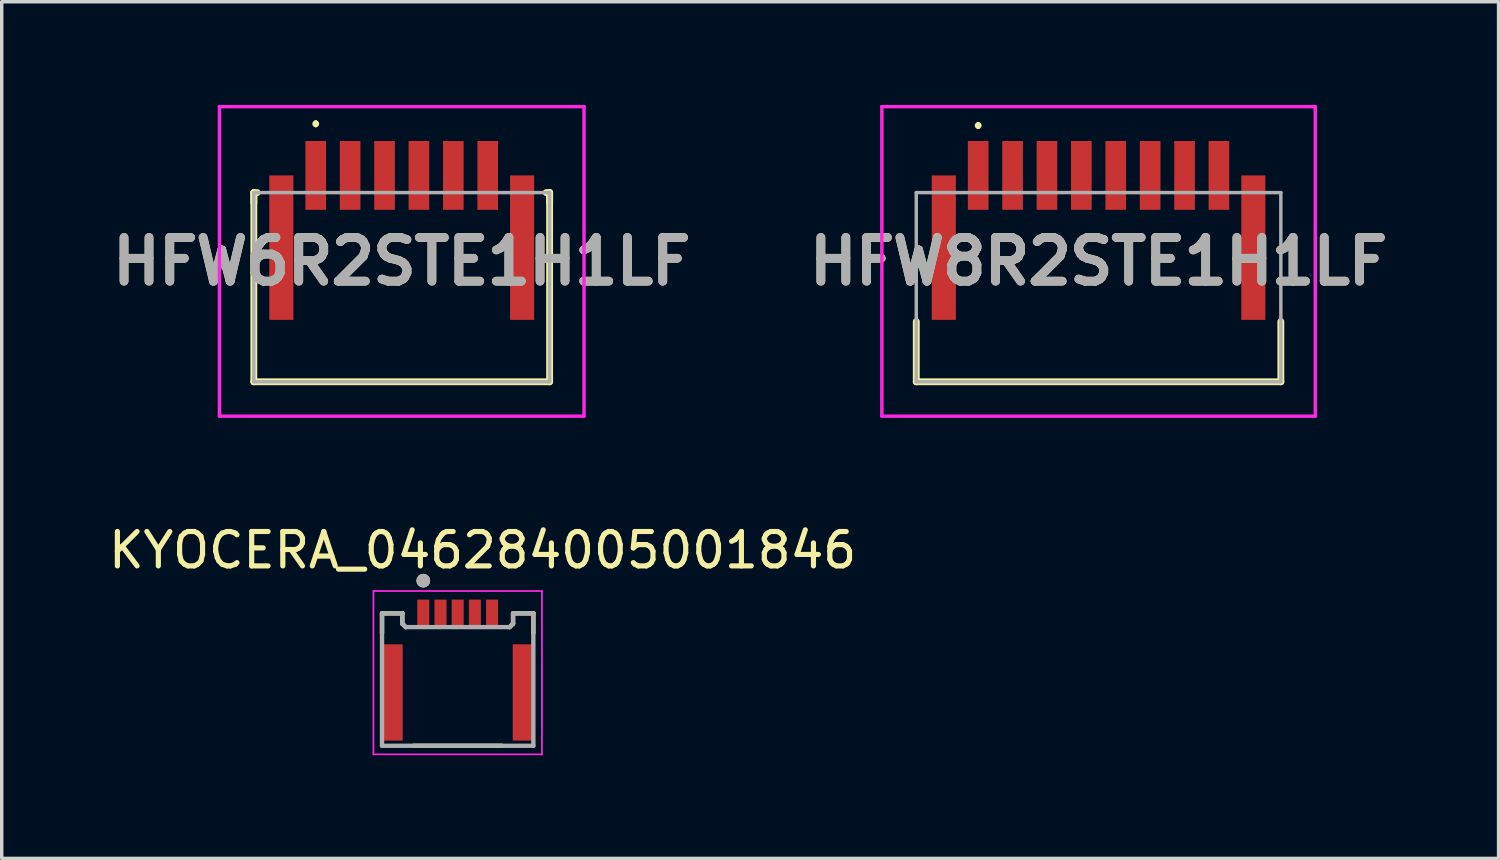
<source format=kicad_pcb>
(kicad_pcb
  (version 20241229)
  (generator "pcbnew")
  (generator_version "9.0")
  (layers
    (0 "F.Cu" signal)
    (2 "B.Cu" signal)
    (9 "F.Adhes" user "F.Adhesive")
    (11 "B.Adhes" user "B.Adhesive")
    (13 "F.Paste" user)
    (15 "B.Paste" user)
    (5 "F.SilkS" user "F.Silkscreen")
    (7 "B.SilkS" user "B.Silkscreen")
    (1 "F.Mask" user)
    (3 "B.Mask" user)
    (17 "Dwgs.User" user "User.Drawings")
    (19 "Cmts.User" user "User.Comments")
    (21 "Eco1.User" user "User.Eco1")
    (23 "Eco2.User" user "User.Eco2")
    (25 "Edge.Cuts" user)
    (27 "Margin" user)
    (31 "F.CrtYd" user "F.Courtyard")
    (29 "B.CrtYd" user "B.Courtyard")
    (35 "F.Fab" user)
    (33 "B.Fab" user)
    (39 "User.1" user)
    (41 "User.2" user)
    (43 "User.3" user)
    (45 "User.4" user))
  (footprint "HFW6R2STE1H1LF"
    (layer "F.Cu")
    (at 8.63 5.3)
    (property "Reference" "HFW6R2STE1H1LF" (at 0 -0.75 0) (layer "F.SilkS") (effects (font (size 1.27 1.27) (thickness 0.254))))
    (attr smd)
    (fp_line (start -4.3 -2.75) (end -4.3 -2.45) (stroke (width 0.2) (type solid)) (layer "F.SilkS"))
    (fp_line (start -4.3 -2.75) (end -4.3 2.75) (stroke (width 0.2) (type solid)) (layer "F.SilkS"))
    (fp_line (start -4.3 2.75) (end 4.3 2.75) (stroke (width 0.2) (type solid)) (layer "F.SilkS"))
    (fp_line (start -4.2 -2.75) (end -4.3 -2.75) (stroke (width 0.2) (type solid)) (layer "F.SilkS"))
    (fp_line (start -2.5 -4.8) (end -2.5 -4.8) (stroke (width 0.1) (type solid)) (layer "F.SilkS"))
    (fp_line (start -2.5 -4.7) (end -2.5 -4.7) (stroke (width 0.1) (type solid)) (layer "F.SilkS"))
    (fp_line (start 4.2 -2.75) (end 4.3 -2.75) (stroke (width 0.2) (type solid)) (layer "F.SilkS"))
    (fp_line (start 4.3 -2.75) (end 4.3 -2.45) (stroke (width 0.2) (type solid)) (layer "F.SilkS"))
    (fp_line (start 4.3 2.75) (end 4.3 -2.75) (stroke (width 0.2) (type solid)) (layer "F.SilkS"))
    (fp_arc (start -2.5 -4.8) (mid -2.45 -4.75) (end -2.5 -4.7) (stroke (width 0.1) (type solid)) (layer "F.SilkS"))
    (fp_arc (start -2.5 -4.7) (mid -2.55 -4.75) (end -2.5 -4.8) (stroke (width 0.1) (type solid)) (layer "F.SilkS"))
    (fp_line (start -5.3 -5.25) (end 5.3 -5.25) (stroke (width 0.1) (type solid)) (layer "F.CrtYd"))
    (fp_line (start -5.3 3.75) (end -5.3 -5.25) (stroke (width 0.1) (type solid)) (layer "F.CrtYd"))
    (fp_line (start 5.3 -5.25) (end 5.3 3.75) (stroke (width 0.1) (type solid)) (layer "F.CrtYd"))
    (fp_line (start 5.3 3.75) (end -5.3 3.75) (stroke (width 0.1) (type solid)) (layer "F.CrtYd"))
    (fp_line (start -4.3 -2.75) (end -4.3 2.75) (stroke (width 0.1) (type solid)) (layer "F.Fab"))
    (fp_line (start -4.3 2.75) (end 4.3 2.75) (stroke (width 0.1) (type solid)) (layer "F.Fab"))
    (fp_line (start 4.3 -2.75) (end -4.3 -2.75) (stroke (width 0.1) (type solid)) (layer "F.Fab"))
    (fp_line (start 4.3 2.75) (end 4.3 -2.75) (stroke (width 0.1) (type solid)) (layer "F.Fab"))
    (fp_text user "${REFERENCE}" (at 0 -0.75 0) (layer "F.Fab") (effects (font (size 1.27 1.27) (thickness 0.254))))
    (pad "1" smd rect (at -2.5 -3.25) (size 0.6 2) (layers "F.Cu" "F.Mask" "F.Paste"))
    (pad "2" smd rect (at -1.5 -3.25) (size 0.6 2) (layers "F.Cu" "F.Mask" "F.Paste"))
    (pad "3" smd rect (at -0.5 -3.25) (size 0.6 2) (layers "F.Cu" "F.Mask" "F.Paste"))
    (pad "4" smd rect (at 0.5 -3.25) (size 0.6 2) (layers "F.Cu" "F.Mask" "F.Paste"))
    (pad "5" smd rect (at 1.5 -3.25) (size 0.6 2) (layers "F.Cu" "F.Mask" "F.Paste"))
    (pad "6" smd rect (at 2.5 -3.25) (size 0.6 2) (layers "F.Cu" "F.Mask" "F.Paste"))
    (pad "7" smd rect (at -3.5 -1.15) (size 0.7 4.2) (layers "F.Cu" "F.Mask" "F.Paste"))
    (pad "7" smd rect (at 3.5 -1.15) (size 0.7 4.2) (layers "F.Cu" "F.Mask" "F.Paste")))
  (footprint "HFW8R2STE1H1LF"
    (layer "F.Cu")
    (at 28.89 5.05)
    (property "Reference" "HFW8R2STE1H1LF" (at 0 -0.5 0) (layer "F.SilkS") (effects (font (size 1.27 1.27) (thickness 0.254))))
    (attr smd)
    (fp_line (start -5.3 1.25) (end -5.3 3) (stroke (width 0.2) (type solid)) (layer "F.SilkS"))
    (fp_line (start -5.3 3) (end 5.3 3) (stroke (width 0.2) (type solid)) (layer "F.SilkS"))
    (fp_line (start -3.5 -4.5) (end -3.5 -4.5) (stroke (width 0.1) (type solid)) (layer "F.SilkS"))
    (fp_line (start -3.5 -4.4) (end -3.5 -4.4) (stroke (width 0.1) (type solid)) (layer "F.SilkS"))
    (fp_line (start 5.3 3) (end 5.3 1.25) (stroke (width 0.2) (type solid)) (layer "F.SilkS"))
    (fp_arc (start -3.5 -4.5) (mid -3.45 -4.45) (end -3.5 -4.4) (stroke (width 0.1) (type solid)) (layer "F.SilkS"))
    (fp_arc (start -3.5 -4.4) (mid -3.55 -4.45) (end -3.5 -4.5) (stroke (width 0.1) (type solid)) (layer "F.SilkS"))
    (fp_line (start -6.3 -5) (end 6.3 -5) (stroke (width 0.1) (type solid)) (layer "F.CrtYd"))
    (fp_line (start -6.3 4) (end -6.3 -5) (stroke (width 0.1) (type solid)) (layer "F.CrtYd"))
    (fp_line (start 6.3 -5) (end 6.3 4) (stroke (width 0.1) (type solid)) (layer "F.CrtYd"))
    (fp_line (start 6.3 4) (end -6.3 4) (stroke (width 0.1) (type solid)) (layer "F.CrtYd"))
    (fp_line (start -5.3 -2.5) (end -5.3 3) (stroke (width 0.1) (type solid)) (layer "F.Fab"))
    (fp_line (start -5.3 3) (end 5.3 3) (stroke (width 0.1) (type solid)) (layer "F.Fab"))
    (fp_line (start 5.3 -2.5) (end -5.3 -2.5) (stroke (width 0.1) (type solid)) (layer "F.Fab"))
    (fp_line (start 5.3 3) (end 5.3 -2.5) (stroke (width 0.1) (type solid)) (layer "F.Fab"))
    (fp_text user "${REFERENCE}" (at 0 -0.5 0) (layer "F.Fab") (effects (font (size 1.27 1.27) (thickness 0.254))))
    (pad "1" smd rect (at -3.5 -3) (size 0.6 2) (layers "F.Cu" "F.Mask" "F.Paste"))
    (pad "2" smd rect (at -2.5 -3) (size 0.6 2) (layers "F.Cu" "F.Mask" "F.Paste"))
    (pad "3" smd rect (at -1.5 -3) (size 0.6 2) (layers "F.Cu" "F.Mask" "F.Paste"))
    (pad "4" smd rect (at -0.5 -3) (size 0.6 2) (layers "F.Cu" "F.Mask" "F.Paste"))
    (pad "5" smd rect (at 0.5 -3) (size 0.6 2) (layers "F.Cu" "F.Mask" "F.Paste"))
    (pad "6" smd rect (at 1.5 -3) (size 0.6 2) (layers "F.Cu" "F.Mask" "F.Paste"))
    (pad "7" smd rect (at 2.5 -3) (size 0.6 2) (layers "F.Cu" "F.Mask" "F.Paste"))
    (pad "8" smd rect (at 3.5 -3) (size 0.6 2) (layers "F.Cu" "F.Mask" "F.Paste"))
    (pad "MP1" smd rect (at -4.5 -0.9) (size 0.7 4.2) (layers "F.Cu" "F.Mask" "F.Paste"))
    (pad "MP2" smd rect (at 4.5 -0.9) (size 0.7 4.2) (layers "F.Cu" "F.Mask" "F.Paste")))
  (footprint "KYOCERA_046284005001846"
    (layer "F.Cu")
    (at 10.257 17.083)
    (property "Reference" "KYOCERA_046284005001846" (at 0.725 -4.135 0) (layer "F.SilkS") (effects (font (size 1 1) (thickness 0.15))))
    (attr smd)
    (fp_line (start -2.2 -2.3) (end -2.2 -1.72) (stroke (width 0.127) (type solid)) (layer "F.SilkS"))
    (fp_line (start -1.61 -2.3) (end -2.2 -2.3) (stroke (width 0.127) (type solid)) (layer "F.SilkS"))
    (fp_line (start -1.61 -2) (end -1.61 -2.3) (stroke (width 0.127) (type solid)) (layer "F.SilkS"))
    (fp_line (start -1.61 -2) (end -1.51 -1.9) (stroke (width 0.127) (type solid)) (layer "F.SilkS"))
    (fp_line (start -1.28 1.55) (end 1.28 1.55) (stroke (width 0.127) (type solid)) (layer "F.SilkS"))
    (fp_line (start 1.61 -2.3) (end 1.61 -2) (stroke (width 0.127) (type solid)) (layer "F.SilkS"))
    (fp_line (start 1.61 -2) (end 1.51 -1.9) (stroke (width 0.127) (type solid)) (layer "F.SilkS"))
    (fp_line (start 2.2 -2.3) (end 1.61 -2.3) (stroke (width 0.127) (type solid)) (layer "F.SilkS"))
    (fp_line (start 2.2 -2.3) (end 2.2 -1.72) (stroke (width 0.127) (type solid)) (layer "F.SilkS"))
    (fp_circle (center -1 -3.25) (end -0.9 -3.25) (stroke (width 0.2) (type solid)) (fill no) (layer "F.SilkS"))
    (fp_line (start -2.45 -2.95) (end -2.45 1.8) (stroke (width 0.05) (type solid)) (layer "F.CrtYd"))
    (fp_line (start -2.45 1.8) (end 2.45 1.8) (stroke (width 0.05) (type solid)) (layer "F.CrtYd"))
    (fp_line (start 2.45 -2.95) (end -2.45 -2.95) (stroke (width 0.05) (type solid)) (layer "F.CrtYd"))
    (fp_line (start 2.45 1.8) (end 2.45 -2.95) (stroke (width 0.05) (type solid)) (layer "F.CrtYd"))
    (fp_line (start -2.2 -2.3) (end -2.2 1.55) (stroke (width 0.127) (type solid)) (layer "F.Fab"))
    (fp_line (start -2.2 1.55) (end 2.2 1.55) (stroke (width 0.127) (type solid)) (layer "F.Fab"))
    (fp_line (start -1.61 -2.3) (end -2.2 -2.3) (stroke (width 0.127) (type solid)) (layer "F.Fab"))
    (fp_line (start -1.61 -2) (end -1.61 -2.3) (stroke (width 0.127) (type solid)) (layer "F.Fab"))
    (fp_line (start -1.51 -1.9) (end -1.61 -2) (stroke (width 0.127) (type solid)) (layer "F.Fab"))
    (fp_line (start 1.51 -1.9) (end -1.51 -1.9) (stroke (width 0.127) (type solid)) (layer "F.Fab"))
    (fp_line (start 1.61 -2.3) (end 1.61 -2) (stroke (width 0.127) (type solid)) (layer "F.Fab"))
    (fp_line (start 1.61 -2) (end 1.51 -1.9) (stroke (width 0.127) (type solid)) (layer "F.Fab"))
    (fp_line (start 2.2 -2.3) (end 1.61 -2.3) (stroke (width 0.127) (type solid)) (layer "F.Fab"))
    (fp_line (start 2.2 -2.3) (end 2.2 1.55) (stroke (width 0.127) (type solid)) (layer "F.Fab"))
    (fp_circle (center -1 -3.25) (end -0.9 -3.25) (stroke (width 0.2) (type solid)) (fill no) (layer "F.Fab"))
    (pad "1" smd rect (at -1 -2.3) (size 0.35 0.8) (layers "F.Cu" "F.Mask" "F.Paste"))
    (pad "2" smd rect (at -0.5 -2.3) (size 0.35 0.8) (layers "F.Cu" "F.Mask" "F.Paste"))
    (pad "3" smd rect (at 0 -2.3) (size 0.35 0.8) (layers "F.Cu" "F.Mask" "F.Paste"))
    (pad "4" smd rect (at 0.5 -2.3) (size 0.35 0.8) (layers "F.Cu" "F.Mask" "F.Paste"))
    (pad "5" smd rect (at 1 -2.3) (size 0.35 0.8) (layers "F.Cu" "F.Mask" "F.Paste"))
    (pad "SH" smd rect (at -1.9 0) (size 0.6 2.8) (layers "F.Cu" "F.Mask" "F.Paste"))
    (pad "SH" smd rect (at 1.9 0) (size 0.6 2.8) (layers "F.Cu" "F.Mask" "F.Paste")))
  (gr_rect
    (start -3 -3)
    (end 40.52 21.908)
    (stroke (width 0.1) (type default))
    (fill no)
    (layer "Edge.Cuts")))
</source>
